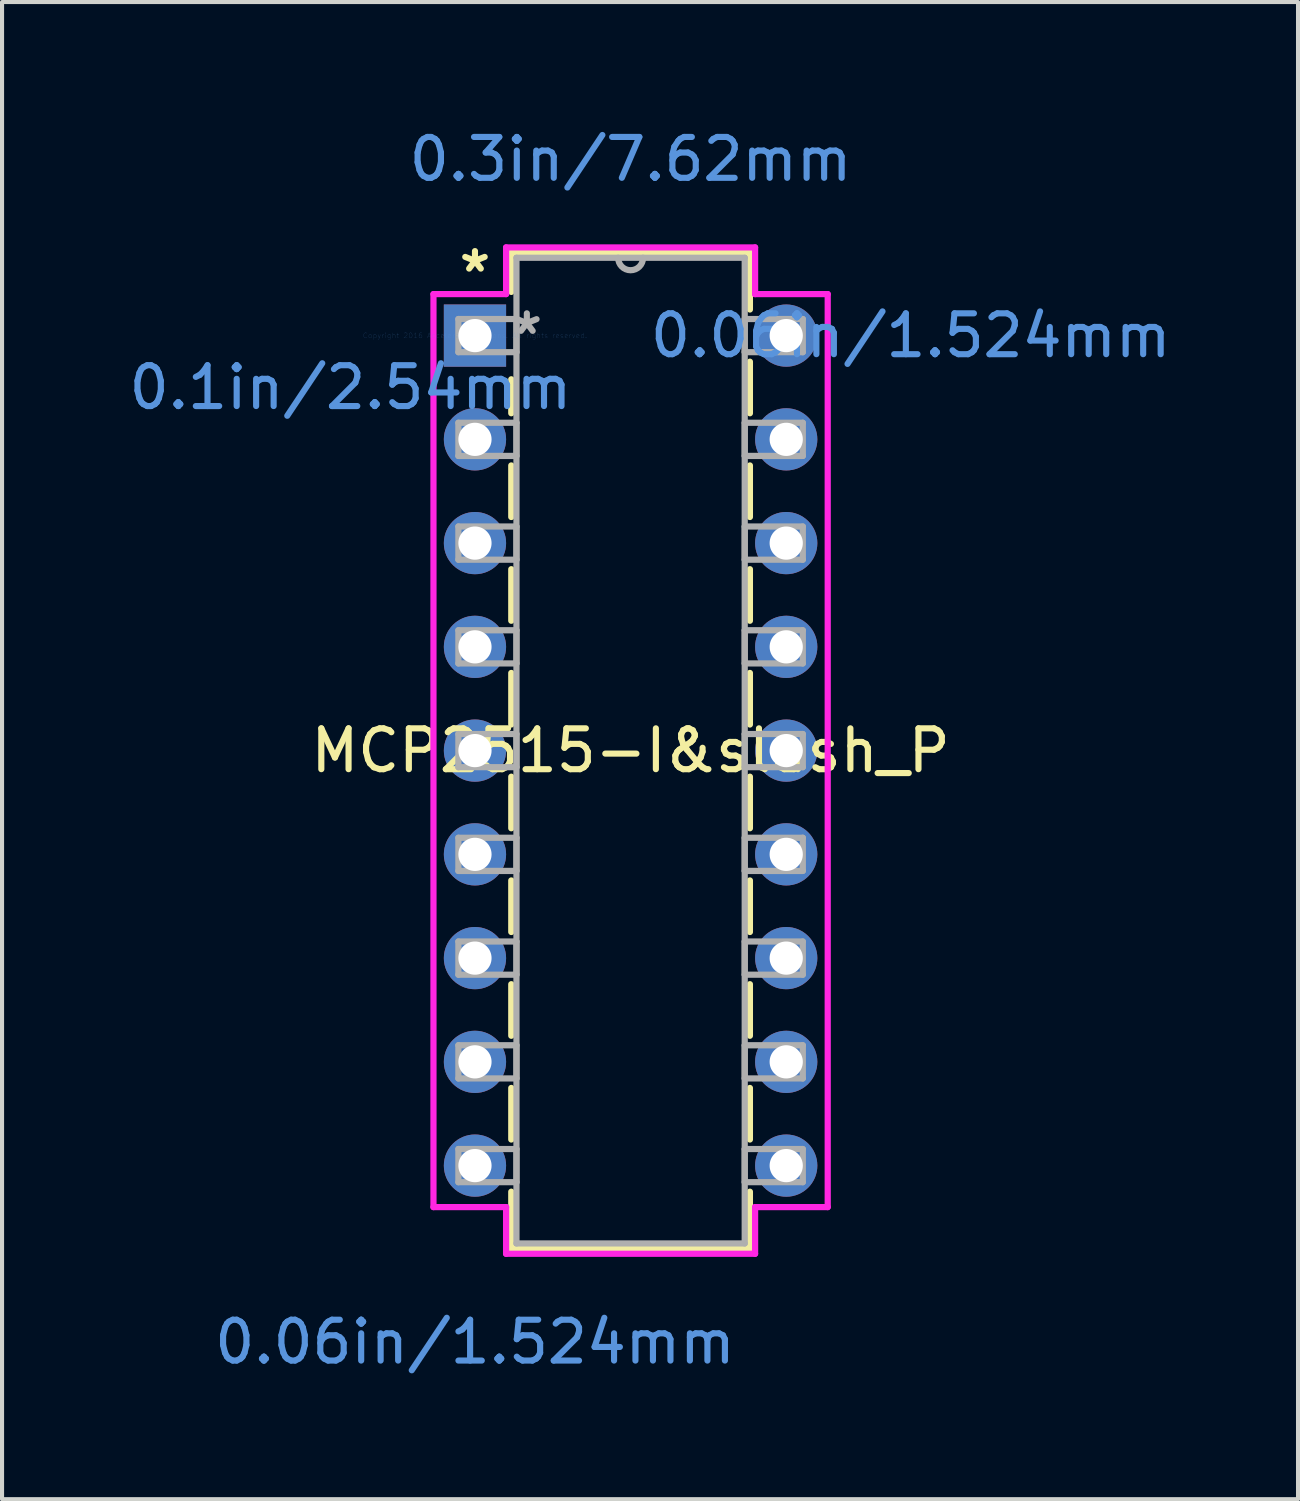
<source format=kicad_pcb>
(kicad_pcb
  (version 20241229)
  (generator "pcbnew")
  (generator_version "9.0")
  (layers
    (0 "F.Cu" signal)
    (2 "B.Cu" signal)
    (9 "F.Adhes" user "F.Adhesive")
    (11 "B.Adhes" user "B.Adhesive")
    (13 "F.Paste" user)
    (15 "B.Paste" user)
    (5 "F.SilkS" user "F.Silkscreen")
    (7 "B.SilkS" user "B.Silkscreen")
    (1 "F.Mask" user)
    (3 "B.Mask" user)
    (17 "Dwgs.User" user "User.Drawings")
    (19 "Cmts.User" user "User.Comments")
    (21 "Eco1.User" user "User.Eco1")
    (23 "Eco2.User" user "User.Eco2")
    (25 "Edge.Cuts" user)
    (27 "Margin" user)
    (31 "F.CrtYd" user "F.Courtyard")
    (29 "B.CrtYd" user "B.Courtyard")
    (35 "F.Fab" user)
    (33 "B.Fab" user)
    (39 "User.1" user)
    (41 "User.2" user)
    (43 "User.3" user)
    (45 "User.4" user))
  (footprint "MCP2515-I&slash_P"
    (layer "F.Cu")
    (at 8.578 5.166)
    (property "Reference" "MCP2515-I&slash_P" (at 3.81 10.16 0) (layer "F.SilkS") (effects (font (size 1 1) (thickness 0.15))))
    (attr through_hole)
    (fp_line (start 0.889 -2.032) (end 0.889 -1.07) (stroke (width 0.152) (type solid)) (layer "F.SilkS"))
    (fp_line (start 0.889 1.07) (end 0.889 1.901) (stroke (width 0.152) (type solid)) (layer "F.SilkS"))
    (fp_line (start 0.889 3.179) (end 0.889 4.441) (stroke (width 0.152) (type solid)) (layer "F.SilkS"))
    (fp_line (start 0.889 5.719) (end 0.889 6.981) (stroke (width 0.152) (type solid)) (layer "F.SilkS"))
    (fp_line (start 0.889 8.259) (end 0.889 9.521) (stroke (width 0.152) (type solid)) (layer "F.SilkS"))
    (fp_line (start 0.889 10.799) (end 0.889 12.061) (stroke (width 0.152) (type solid)) (layer "F.SilkS"))
    (fp_line (start 0.889 13.339) (end 0.889 14.601) (stroke (width 0.152) (type solid)) (layer "F.SilkS"))
    (fp_line (start 0.889 15.879) (end 0.889 17.141) (stroke (width 0.152) (type solid)) (layer "F.SilkS"))
    (fp_line (start 0.889 18.419) (end 0.889 19.681) (stroke (width 0.152) (type solid)) (layer "F.SilkS"))
    (fp_line (start 0.889 20.959) (end 0.889 22.352) (stroke (width 0.152) (type solid)) (layer "F.SilkS"))
    (fp_line (start 0.889 22.352) (end 6.731 22.352) (stroke (width 0.152) (type solid)) (layer "F.SilkS"))
    (fp_line (start 6.731 -2.032) (end 0.889 -2.032) (stroke (width 0.152) (type solid)) (layer "F.SilkS"))
    (fp_line (start 6.731 -0.639) (end 6.731 -2.032) (stroke (width 0.152) (type solid)) (layer "F.SilkS"))
    (fp_line (start 6.731 1.901) (end 6.731 0.639) (stroke (width 0.152) (type solid)) (layer "F.SilkS"))
    (fp_line (start 6.731 4.441) (end 6.731 3.179) (stroke (width 0.152) (type solid)) (layer "F.SilkS"))
    (fp_line (start 6.731 6.981) (end 6.731 5.719) (stroke (width 0.152) (type solid)) (layer "F.SilkS"))
    (fp_line (start 6.731 9.521) (end 6.731 8.259) (stroke (width 0.152) (type solid)) (layer "F.SilkS"))
    (fp_line (start 6.731 12.061) (end 6.731 10.799) (stroke (width 0.152) (type solid)) (layer "F.SilkS"))
    (fp_line (start 6.731 14.601) (end 6.731 13.339) (stroke (width 0.152) (type solid)) (layer "F.SilkS"))
    (fp_line (start 6.731 17.141) (end 6.731 15.879) (stroke (width 0.152) (type solid)) (layer "F.SilkS"))
    (fp_line (start 6.731 19.681) (end 6.731 18.419) (stroke (width 0.152) (type solid)) (layer "F.SilkS"))
    (fp_line (start 6.731 22.352) (end 6.731 20.959) (stroke (width 0.152) (type solid)) (layer "F.SilkS"))
    (fp_line (start -1.016 -1.016) (end 0.762 -1.016) (stroke (width 0.152) (type solid)) (layer "F.CrtYd"))
    (fp_line (start -1.016 21.336) (end -1.016 -1.016) (stroke (width 0.152) (type solid)) (layer "F.CrtYd"))
    (fp_line (start 0.762 -2.159) (end 6.858 -2.159) (stroke (width 0.152) (type solid)) (layer "F.CrtYd"))
    (fp_line (start 0.762 -1.016) (end 0.762 -2.159) (stroke (width 0.152) (type solid)) (layer "F.CrtYd"))
    (fp_line (start 0.762 21.336) (end -1.016 21.336) (stroke (width 0.152) (type solid)) (layer "F.CrtYd"))
    (fp_line (start 0.762 22.479) (end 0.762 21.336) (stroke (width 0.152) (type solid)) (layer "F.CrtYd"))
    (fp_line (start 6.858 -2.159) (end 6.858 -1.016) (stroke (width 0.152) (type solid)) (layer "F.CrtYd"))
    (fp_line (start 6.858 21.336) (end 6.858 22.479) (stroke (width 0.152) (type solid)) (layer "F.CrtYd"))
    (fp_line (start 6.858 22.479) (end 0.762 22.479) (stroke (width 0.152) (type solid)) (layer "F.CrtYd"))
    (fp_line (start 8.636 -1.016) (end 6.858 -1.016) (stroke (width 0.152) (type solid)) (layer "F.CrtYd"))
    (fp_line (start 8.636 -1.016) (end 8.636 21.336) (stroke (width 0.152) (type solid)) (layer "F.CrtYd"))
    (fp_line (start 8.636 21.336) (end 6.858 21.336) (stroke (width 0.152) (type solid)) (layer "F.CrtYd"))
    (fp_line (start -0.406 -0.406) (end -0.406 0.406) (stroke (width 0.152) (type solid)) (layer "F.Fab"))
    (fp_line (start -0.406 0.406) (end 1.016 0.406) (stroke (width 0.152) (type solid)) (layer "F.Fab"))
    (fp_line (start -0.406 2.134) (end -0.406 2.946) (stroke (width 0.152) (type solid)) (layer "F.Fab"))
    (fp_line (start -0.406 2.946) (end 1.016 2.946) (stroke (width 0.152) (type solid)) (layer "F.Fab"))
    (fp_line (start -0.406 4.674) (end -0.406 5.486) (stroke (width 0.152) (type solid)) (layer "F.Fab"))
    (fp_line (start -0.406 5.486) (end 1.016 5.486) (stroke (width 0.152) (type solid)) (layer "F.Fab"))
    (fp_line (start -0.406 7.214) (end -0.406 8.026) (stroke (width 0.152) (type solid)) (layer "F.Fab"))
    (fp_line (start -0.406 8.026) (end 1.016 8.026) (stroke (width 0.152) (type solid)) (layer "F.Fab"))
    (fp_line (start -0.406 9.754) (end -0.406 10.566) (stroke (width 0.152) (type solid)) (layer "F.Fab"))
    (fp_line (start -0.406 10.566) (end 1.016 10.566) (stroke (width 0.152) (type solid)) (layer "F.Fab"))
    (fp_line (start -0.406 12.294) (end -0.406 13.106) (stroke (width 0.152) (type solid)) (layer "F.Fab"))
    (fp_line (start -0.406 13.106) (end 1.016 13.106) (stroke (width 0.152) (type solid)) (layer "F.Fab"))
    (fp_line (start -0.406 14.834) (end -0.406 15.646) (stroke (width 0.152) (type solid)) (layer "F.Fab"))
    (fp_line (start -0.406 15.646) (end 1.016 15.646) (stroke (width 0.152) (type solid)) (layer "F.Fab"))
    (fp_line (start -0.406 17.374) (end -0.406 18.186) (stroke (width 0.152) (type solid)) (layer "F.Fab"))
    (fp_line (start -0.406 18.186) (end 1.016 18.186) (stroke (width 0.152) (type solid)) (layer "F.Fab"))
    (fp_line (start -0.406 19.914) (end -0.406 20.726) (stroke (width 0.152) (type solid)) (layer "F.Fab"))
    (fp_line (start -0.406 20.726) (end 1.016 20.726) (stroke (width 0.152) (type solid)) (layer "F.Fab"))
    (fp_line (start 1.016 -1.905) (end 1.016 22.225) (stroke (width 0.152) (type solid)) (layer "F.Fab"))
    (fp_line (start 1.016 -0.406) (end -0.406 -0.406) (stroke (width 0.152) (type solid)) (layer "F.Fab"))
    (fp_line (start 1.016 0.406) (end 1.016 -0.406) (stroke (width 0.152) (type solid)) (layer "F.Fab"))
    (fp_line (start 1.016 2.134) (end -0.406 2.134) (stroke (width 0.152) (type solid)) (layer "F.Fab"))
    (fp_line (start 1.016 2.946) (end 1.016 2.134) (stroke (width 0.152) (type solid)) (layer "F.Fab"))
    (fp_line (start 1.016 4.674) (end -0.406 4.674) (stroke (width 0.152) (type solid)) (layer "F.Fab"))
    (fp_line (start 1.016 5.486) (end 1.016 4.674) (stroke (width 0.152) (type solid)) (layer "F.Fab"))
    (fp_line (start 1.016 7.214) (end -0.406 7.214) (stroke (width 0.152) (type solid)) (layer "F.Fab"))
    (fp_line (start 1.016 8.026) (end 1.016 7.214) (stroke (width 0.152) (type solid)) (layer "F.Fab"))
    (fp_line (start 1.016 9.754) (end -0.406 9.754) (stroke (width 0.152) (type solid)) (layer "F.Fab"))
    (fp_line (start 1.016 10.566) (end 1.016 9.754) (stroke (width 0.152) (type solid)) (layer "F.Fab"))
    (fp_line (start 1.016 12.294) (end -0.406 12.294) (stroke (width 0.152) (type solid)) (layer "F.Fab"))
    (fp_line (start 1.016 13.106) (end 1.016 12.294) (stroke (width 0.152) (type solid)) (layer "F.Fab"))
    (fp_line (start 1.016 14.834) (end -0.406 14.834) (stroke (width 0.152) (type solid)) (layer "F.Fab"))
    (fp_line (start 1.016 15.646) (end 1.016 14.834) (stroke (width 0.152) (type solid)) (layer "F.Fab"))
    (fp_line (start 1.016 17.374) (end -0.406 17.374) (stroke (width 0.152) (type solid)) (layer "F.Fab"))
    (fp_line (start 1.016 18.186) (end 1.016 17.374) (stroke (width 0.152) (type solid)) (layer "F.Fab"))
    (fp_line (start 1.016 19.914) (end -0.406 19.914) (stroke (width 0.152) (type solid)) (layer "F.Fab"))
    (fp_line (start 1.016 20.726) (end 1.016 19.914) (stroke (width 0.152) (type solid)) (layer "F.Fab"))
    (fp_line (start 1.016 22.225) (end 6.604 22.225) (stroke (width 0.152) (type solid)) (layer "F.Fab"))
    (fp_line (start 6.604 -1.905) (end 1.016 -1.905) (stroke (width 0.152) (type solid)) (layer "F.Fab"))
    (fp_line (start 6.604 -0.406) (end 6.604 0.406) (stroke (width 0.152) (type solid)) (layer "F.Fab"))
    (fp_line (start 6.604 0.406) (end 8.026 0.406) (stroke (width 0.152) (type solid)) (layer "F.Fab"))
    (fp_line (start 6.604 2.134) (end 6.604 2.946) (stroke (width 0.152) (type solid)) (layer "F.Fab"))
    (fp_line (start 6.604 2.946) (end 8.026 2.946) (stroke (width 0.152) (type solid)) (layer "F.Fab"))
    (fp_line (start 6.604 4.674) (end 6.604 5.486) (stroke (width 0.152) (type solid)) (layer "F.Fab"))
    (fp_line (start 6.604 5.486) (end 8.026 5.486) (stroke (width 0.152) (type solid)) (layer "F.Fab"))
    (fp_line (start 6.604 7.214) (end 6.604 8.026) (stroke (width 0.152) (type solid)) (layer "F.Fab"))
    (fp_line (start 6.604 8.026) (end 8.026 8.026) (stroke (width 0.152) (type solid)) (layer "F.Fab"))
    (fp_line (start 6.604 9.754) (end 6.604 10.566) (stroke (width 0.152) (type solid)) (layer "F.Fab"))
    (fp_line (start 6.604 10.566) (end 8.026 10.566) (stroke (width 0.152) (type solid)) (layer "F.Fab"))
    (fp_line (start 6.604 12.294) (end 6.604 13.106) (stroke (width 0.152) (type solid)) (layer "F.Fab"))
    (fp_line (start 6.604 13.106) (end 8.026 13.106) (stroke (width 0.152) (type solid)) (layer "F.Fab"))
    (fp_line (start 6.604 14.834) (end 6.604 15.646) (stroke (width 0.152) (type solid)) (layer "F.Fab"))
    (fp_line (start 6.604 15.646) (end 8.026 15.646) (stroke (width 0.152) (type solid)) (layer "F.Fab"))
    (fp_line (start 6.604 17.374) (end 6.604 18.186) (stroke (width 0.152) (type solid)) (layer "F.Fab"))
    (fp_line (start 6.604 18.186) (end 8.026 18.186) (stroke (width 0.152) (type solid)) (layer "F.Fab"))
    (fp_line (start 6.604 19.914) (end 6.604 20.726) (stroke (width 0.152) (type solid)) (layer "F.Fab"))
    (fp_line (start 6.604 20.726) (end 8.026 20.726) (stroke (width 0.152) (type solid)) (layer "F.Fab"))
    (fp_line (start 6.604 22.225) (end 6.604 -1.905) (stroke (width 0.152) (type solid)) (layer "F.Fab"))
    (fp_line (start 8.026 -0.406) (end 6.604 -0.406) (stroke (width 0.152) (type solid)) (layer "F.Fab"))
    (fp_line (start 8.026 0.406) (end 8.026 -0.406) (stroke (width 0.152) (type solid)) (layer "F.Fab"))
    (fp_line (start 8.026 2.134) (end 6.604 2.134) (stroke (width 0.152) (type solid)) (layer "F.Fab"))
    (fp_line (start 8.026 2.946) (end 8.026 2.134) (stroke (width 0.152) (type solid)) (layer "F.Fab"))
    (fp_line (start 8.026 4.674) (end 6.604 4.674) (stroke (width 0.152) (type solid)) (layer "F.Fab"))
    (fp_line (start 8.026 5.486) (end 8.026 4.674) (stroke (width 0.152) (type solid)) (layer "F.Fab"))
    (fp_line (start 8.026 7.214) (end 6.604 7.214) (stroke (width 0.152) (type solid)) (layer "F.Fab"))
    (fp_line (start 8.026 8.026) (end 8.026 7.214) (stroke (width 0.152) (type solid)) (layer "F.Fab"))
    (fp_line (start 8.026 9.754) (end 6.604 9.754) (stroke (width 0.152) (type solid)) (layer "F.Fab"))
    (fp_line (start 8.026 10.566) (end 8.026 9.754) (stroke (width 0.152) (type solid)) (layer "F.Fab"))
    (fp_line (start 8.026 12.294) (end 6.604 12.294) (stroke (width 0.152) (type solid)) (layer "F.Fab"))
    (fp_line (start 8.026 13.106) (end 8.026 12.294) (stroke (width 0.152) (type solid)) (layer "F.Fab"))
    (fp_line (start 8.026 14.834) (end 6.604 14.834) (stroke (width 0.152) (type solid)) (layer "F.Fab"))
    (fp_line (start 8.026 15.646) (end 8.026 14.834) (stroke (width 0.152) (type solid)) (layer "F.Fab"))
    (fp_line (start 8.026 17.374) (end 6.604 17.374) (stroke (width 0.152) (type solid)) (layer "F.Fab"))
    (fp_line (start 8.026 18.186) (end 8.026 17.374) (stroke (width 0.152) (type solid)) (layer "F.Fab"))
    (fp_line (start 8.026 19.914) (end 6.604 19.914) (stroke (width 0.152) (type solid)) (layer "F.Fab"))
    (fp_line (start 8.026 20.726) (end 8.026 19.914) (stroke (width 0.152) (type solid)) (layer "F.Fab"))
    (fp_arc (start 4.1148 -1.905) (mid 3.81 -1.6002) (end 3.5052 -1.905) (stroke (width 0.1524) (type solid)) (layer "F.Fab"))
    (fp_text user "*" (at 0 -1.524 0) (layer "F.SilkS") (effects (font (size 1 1) (thickness 0.15))))
    (fp_text user "0.1in/2.54mm" (at -3.048 1.27 0) (layer "Cmts.User") (effects (font (size 1 1) (thickness 0.15))))
    (fp_text user "0.06in/1.524mm" (at 10.668 0 0) (layer "Cmts.User") (effects (font (size 1 1) (thickness 0.15))))
    (fp_text user "Copyright 2016 Accelerated Designs. All rights reserved." (at 0 0 0) (layer "Cmts.User") (effects (font (size 0.127 0.127) (thickness 0.002))))
    (fp_text user "0.3in/7.62mm" (at 3.81 -4.318 0) (layer "Cmts.User") (effects (font (size 1 1) (thickness 0.15))))
    (fp_text user "0.06in/1.524mm" (at 0 24.638 0) (layer "Cmts.User") (effects (font (size 1 1) (thickness 0.15))))
    (fp_text user "*" (at 1.27 0 0) (layer "F.Fab") (effects (font (size 1 1) (thickness 0.15))))
    (pad "1" thru_hole rect (at 0 0) (size 1.524 1.524) (drill 0.813) (layers "*.Cu" "*.Mask"))
    (pad "2" thru_hole circle (at 0 2.54) (size 1.524 1.524) (drill 0.813) (layers "*.Cu" "*.Mask"))
    (pad "3" thru_hole circle (at 0 5.08) (size 1.524 1.524) (drill 0.813) (layers "*.Cu" "*.Mask"))
    (pad "4" thru_hole circle (at 0 7.62) (size 1.524 1.524) (drill 0.813) (layers "*.Cu" "*.Mask"))
    (pad "5" thru_hole circle (at 0 10.16) (size 1.524 1.524) (drill 0.813) (layers "*.Cu" "*.Mask"))
    (pad "6" thru_hole circle (at 0 12.7) (size 1.524 1.524) (drill 0.813) (layers "*.Cu" "*.Mask"))
    (pad "7" thru_hole circle (at 0 15.24) (size 1.524 1.524) (drill 0.813) (layers "*.Cu" "*.Mask"))
    (pad "8" thru_hole circle (at 0 17.78) (size 1.524 1.524) (drill 0.813) (layers "*.Cu" "*.Mask"))
    (pad "9" thru_hole circle (at 0 20.32) (size 1.524 1.524) (drill 0.813) (layers "*.Cu" "*.Mask"))
    (pad "10" thru_hole circle (at 7.62 20.32) (size 1.524 1.524) (drill 0.813) (layers "*.Cu" "*.Mask"))
    (pad "11" thru_hole circle (at 7.62 17.78) (size 1.524 1.524) (drill 0.813) (layers "*.Cu" "*.Mask"))
    (pad "12" thru_hole circle (at 7.62 15.24) (size 1.524 1.524) (drill 0.813) (layers "*.Cu" "*.Mask"))
    (pad "13" thru_hole circle (at 7.62 12.7) (size 1.524 1.524) (drill 0.813) (layers "*.Cu" "*.Mask"))
    (pad "14" thru_hole circle (at 7.62 10.16) (size 1.524 1.524) (drill 0.813) (layers "*.Cu" "*.Mask"))
    (pad "15" thru_hole circle (at 7.62 7.62) (size 1.524 1.524) (drill 0.813) (layers "*.Cu" "*.Mask"))
    (pad "16" thru_hole circle (at 7.62 5.08) (size 1.524 1.524) (drill 0.813) (layers "*.Cu" "*.Mask"))
    (pad "17" thru_hole circle (at 7.62 2.54) (size 1.524 1.524) (drill 0.813) (layers "*.Cu" "*.Mask"))
    (pad "18" thru_hole circle (at 7.62 0) (size 1.524 1.524) (drill 0.813) (layers "*.Cu" "*.Mask")))
  (gr_rect
    (start -3 -3)
    (end 28.728 33.653)
    (stroke (width 0.1) (type default))
    (fill no)
    (layer "Edge.Cuts")))
</source>
